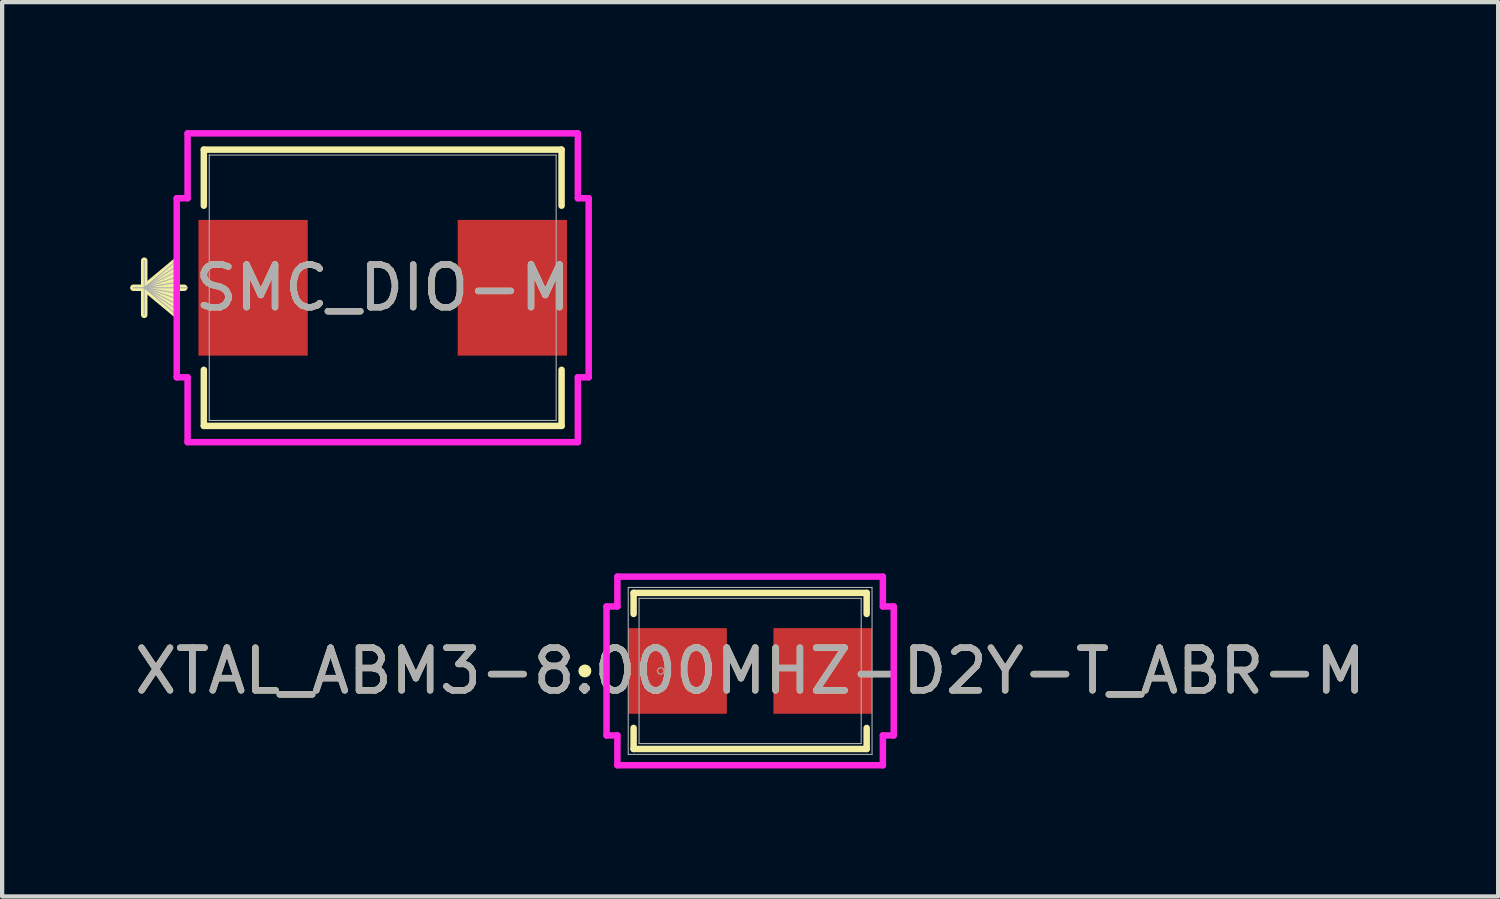
<source format=kicad_pcb>
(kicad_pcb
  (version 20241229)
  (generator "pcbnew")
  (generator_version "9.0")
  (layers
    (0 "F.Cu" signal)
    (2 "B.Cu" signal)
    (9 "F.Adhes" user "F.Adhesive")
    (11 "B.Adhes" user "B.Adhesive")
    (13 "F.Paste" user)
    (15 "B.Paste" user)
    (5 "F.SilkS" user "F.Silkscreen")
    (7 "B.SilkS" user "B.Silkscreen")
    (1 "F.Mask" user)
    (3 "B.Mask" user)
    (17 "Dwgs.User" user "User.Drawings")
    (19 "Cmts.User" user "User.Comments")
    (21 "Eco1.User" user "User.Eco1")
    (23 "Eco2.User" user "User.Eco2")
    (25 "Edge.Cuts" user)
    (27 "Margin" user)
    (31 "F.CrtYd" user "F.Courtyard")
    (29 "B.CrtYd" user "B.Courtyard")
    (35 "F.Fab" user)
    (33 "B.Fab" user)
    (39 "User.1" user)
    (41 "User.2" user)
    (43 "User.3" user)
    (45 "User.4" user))
  (footprint "SMC_DIO-M"
    (layer "F.Cu")
    (at 5.919 3.694)
    (property "Reference" "SMC_DIO-M" (at 0 0 0) (unlocked yes) (layer "F.SilkS") (effects (font (size 1 1) (thickness 0.15))))
    (attr smd)
    (fp_line (start -5.589 -0.635) (end -5.589 0.635) (stroke (width 0.152) (type solid)) (layer "F.SilkS"))
    (fp_line (start -5.589 0) (end -4.827 -0.635) (stroke (width 0.152) (type solid)) (layer "F.SilkS"))
    (fp_line (start -5.589 0) (end -4.827 -0.508) (stroke (width 0.152) (type solid)) (layer "F.SilkS"))
    (fp_line (start -5.589 0) (end -4.827 -0.381) (stroke (width 0.152) (type solid)) (layer "F.SilkS"))
    (fp_line (start -5.589 0) (end -4.827 -0.254) (stroke (width 0.152) (type solid)) (layer "F.SilkS"))
    (fp_line (start -5.589 0) (end -4.827 -0.127) (stroke (width 0.152) (type solid)) (layer "F.SilkS"))
    (fp_line (start -5.589 0) (end -4.827 0.127) (stroke (width 0.152) (type solid)) (layer "F.SilkS"))
    (fp_line (start -5.589 0) (end -4.827 0.254) (stroke (width 0.152) (type solid)) (layer "F.SilkS"))
    (fp_line (start -5.589 0) (end -4.827 0.381) (stroke (width 0.152) (type solid)) (layer "F.SilkS"))
    (fp_line (start -5.589 0) (end -4.827 0.508) (stroke (width 0.152) (type solid)) (layer "F.SilkS"))
    (fp_line (start -5.589 0) (end -4.827 0.635) (stroke (width 0.152) (type solid)) (layer "F.SilkS"))
    (fp_line (start -4.827 -0.635) (end -4.827 0.635) (stroke (width 0.152) (type solid)) (layer "F.SilkS"))
    (fp_line (start -4.652 0) (end -5.843 0) (stroke (width 0.152) (type solid)) (layer "F.SilkS"))
    (fp_line (start -4.192 -3.237) (end -4.192 -1.923) (stroke (width 0.152) (type solid)) (layer "F.SilkS"))
    (fp_line (start -4.192 1.923) (end -4.192 3.237) (stroke (width 0.152) (type solid)) (layer "F.SilkS"))
    (fp_line (start -4.192 3.237) (end 4.192 3.237) (stroke (width 0.152) (type solid)) (layer "F.SilkS"))
    (fp_line (start 4.192 -3.237) (end -4.192 -3.237) (stroke (width 0.152) (type solid)) (layer "F.SilkS"))
    (fp_line (start 4.192 -1.923) (end 4.192 -3.237) (stroke (width 0.152) (type solid)) (layer "F.SilkS"))
    (fp_line (start 4.192 3.237) (end 4.192 1.923) (stroke (width 0.152) (type solid)) (layer "F.SilkS"))
    (fp_line (start -4.827 -2.098) (end -4.573 -2.098) (stroke (width 0.152) (type solid)) (layer "F.CrtYd"))
    (fp_line (start -4.827 2.098) (end -4.827 -2.098) (stroke (width 0.152) (type solid)) (layer "F.CrtYd"))
    (fp_line (start -4.573 -3.618) (end 4.573 -3.618) (stroke (width 0.152) (type solid)) (layer "F.CrtYd"))
    (fp_line (start -4.573 -2.098) (end -4.573 -3.618) (stroke (width 0.152) (type solid)) (layer "F.CrtYd"))
    (fp_line (start -4.573 2.098) (end -4.827 2.098) (stroke (width 0.152) (type solid)) (layer "F.CrtYd"))
    (fp_line (start -4.573 3.618) (end -4.573 2.098) (stroke (width 0.152) (type solid)) (layer "F.CrtYd"))
    (fp_line (start 4.573 -3.618) (end 4.573 -2.098) (stroke (width 0.152) (type solid)) (layer "F.CrtYd"))
    (fp_line (start 4.573 -2.098) (end 4.827 -2.098) (stroke (width 0.152) (type solid)) (layer "F.CrtYd"))
    (fp_line (start 4.573 2.098) (end 4.573 3.618) (stroke (width 0.152) (type solid)) (layer "F.CrtYd"))
    (fp_line (start 4.573 3.618) (end -4.573 3.618) (stroke (width 0.152) (type solid)) (layer "F.CrtYd"))
    (fp_line (start 4.827 -2.098) (end 4.827 2.098) (stroke (width 0.152) (type solid)) (layer "F.CrtYd"))
    (fp_line (start 4.827 2.098) (end 4.573 2.098) (stroke (width 0.152) (type solid)) (layer "F.CrtYd"))
    (fp_line (start -5.589 -0.635) (end -5.589 0.635) (stroke (width 0.025) (type solid)) (layer "F.Fab"))
    (fp_line (start -5.589 0) (end -4.827 -0.635) (stroke (width 0.025) (type solid)) (layer "F.Fab"))
    (fp_line (start -5.589 0) (end -4.827 -0.508) (stroke (width 0.025) (type solid)) (layer "F.Fab"))
    (fp_line (start -5.589 0) (end -4.827 -0.381) (stroke (width 0.025) (type solid)) (layer "F.Fab"))
    (fp_line (start -5.589 0) (end -4.827 -0.254) (stroke (width 0.025) (type solid)) (layer "F.Fab"))
    (fp_line (start -5.589 0) (end -4.827 -0.127) (stroke (width 0.025) (type solid)) (layer "F.Fab"))
    (fp_line (start -5.589 0) (end -4.827 0.127) (stroke (width 0.025) (type solid)) (layer "F.Fab"))
    (fp_line (start -5.589 0) (end -4.827 0.254) (stroke (width 0.025) (type solid)) (layer "F.Fab"))
    (fp_line (start -5.589 0) (end -4.827 0.381) (stroke (width 0.025) (type solid)) (layer "F.Fab"))
    (fp_line (start -5.589 0) (end -4.827 0.508) (stroke (width 0.025) (type solid)) (layer "F.Fab"))
    (fp_line (start -5.589 0) (end -4.827 0.635) (stroke (width 0.025) (type solid)) (layer "F.Fab"))
    (fp_line (start -4.827 -0.635) (end -4.827 0.635) (stroke (width 0.025) (type solid)) (layer "F.Fab"))
    (fp_line (start -4.573 0) (end -5.843 0) (stroke (width 0.025) (type solid)) (layer "F.Fab"))
    (fp_line (start -4.065 -3.11) (end -4.065 3.11) (stroke (width 0.025) (type solid)) (layer "F.Fab"))
    (fp_line (start -4.065 3.11) (end 4.065 3.11) (stroke (width 0.025) (type solid)) (layer "F.Fab"))
    (fp_line (start 4.065 -3.11) (end -4.065 -3.11) (stroke (width 0.025) (type solid)) (layer "F.Fab"))
    (fp_line (start 4.065 3.11) (end 4.065 -3.11) (stroke (width 0.025) (type solid)) (layer "F.Fab"))
    (fp_text user "${REFERENCE}" (at 0 0 0) (unlocked yes) (layer "F.Fab") (effects (font (size 1 1) (thickness 0.15))))
    (pad "1" smd rect (at -3.038 0 90) (size 3.18 2.561) (layers "F.Cu" "F.Mask" "F.Paste"))
    (pad "2" smd rect (at 3.038 0 90) (size 3.18 2.561) (layers "F.Cu" "F.Mask" "F.Paste"))
    (zone (net_name "") (layer "F.Cu") (hatch full 0.508) (connect_pads) (min_thickness 0.254) (filled_areas_thickness no) (keepout (tracks not_allowed) (vias not_allowed) (pads allowed) (copperpour not_allowed) (footprints allowed)) (placement (enabled no)) (fill) (polygon (pts (xy 1.905 0.635) (xy 9.933 0.635) (xy 9.933 2.053) (xy 1.905 2.053))))
    (zone (net_name "") (layer "F.Cu") (hatch full 0.508) (connect_pads) (min_thickness 0.254) (filled_areas_thickness no) (keepout (tracks not_allowed) (vias not_allowed) (pads allowed) (copperpour not_allowed) (footprints allowed)) (placement (enabled no)) (fill) (polygon (pts (xy 1.905 5.335) (xy 9.933 5.335) (xy 9.933 6.753) (xy 1.905 6.753))))
    (zone (net_name "") (layer "F.Cu") (hatch full 0.508) (connect_pads) (min_thickness 0.254) (filled_areas_thickness no) (keepout (tracks not_allowed) (vias not_allowed) (pads allowed) (copperpour not_allowed) (footprints allowed)) (placement (enabled no)) (fill) (polygon (pts (xy 4.212 2.053) (xy 7.626 2.053) (xy 7.626 5.335) (xy 4.212 5.335)))))
  (footprint "XTAL_ABM3-8.000MHZ-D2Y-T_ABR-M"
    (layer "F.Cu")
    (at 14.53 12.674)
    (property "Reference" "XTAL_ABM3-8.000MHZ-D2Y-T_ABR-M" (at 0 0 0) (unlocked yes) (layer "F.SilkS") (effects (font (size 1 1) (thickness 0.15))))
    (attr smd)
    (fp_line (start -2.731 -1.829) (end -2.731 -1.336) (stroke (width 0.152) (type solid)) (layer "F.SilkS"))
    (fp_line (start -2.731 1.336) (end -2.731 1.829) (stroke (width 0.152) (type solid)) (layer "F.SilkS"))
    (fp_line (start -2.731 1.829) (end 2.731 1.829) (stroke (width 0.152) (type solid)) (layer "F.SilkS"))
    (fp_line (start 2.731 -1.829) (end -2.731 -1.829) (stroke (width 0.152) (type solid)) (layer "F.SilkS"))
    (fp_line (start 2.731 -1.336) (end 2.731 -1.829) (stroke (width 0.152) (type solid)) (layer "F.SilkS"))
    (fp_line (start 2.731 1.829) (end 2.731 1.336) (stroke (width 0.152) (type solid)) (layer "F.SilkS"))
    (fp_circle (center -3.873 0) (end -3.797 0) (stroke (width 0.152) (type solid)) (fill no) (layer "F.SilkS"))
    (fp_line (start -3.365 -1.511) (end -3.111 -1.511) (stroke (width 0.152) (type solid)) (layer "F.CrtYd"))
    (fp_line (start -3.365 1.511) (end -3.365 -1.511) (stroke (width 0.152) (type solid)) (layer "F.CrtYd"))
    (fp_line (start -3.111 -2.21) (end 3.111 -2.21) (stroke (width 0.152) (type solid)) (layer "F.CrtYd"))
    (fp_line (start -3.111 -1.511) (end -3.111 -2.21) (stroke (width 0.152) (type solid)) (layer "F.CrtYd"))
    (fp_line (start -3.111 1.511) (end -3.365 1.511) (stroke (width 0.152) (type solid)) (layer "F.CrtYd"))
    (fp_line (start -3.111 2.21) (end -3.111 1.511) (stroke (width 0.152) (type solid)) (layer "F.CrtYd"))
    (fp_line (start 3.111 -2.21) (end 3.111 -1.511) (stroke (width 0.152) (type solid)) (layer "F.CrtYd"))
    (fp_line (start 3.111 -1.511) (end 3.365 -1.511) (stroke (width 0.152) (type solid)) (layer "F.CrtYd"))
    (fp_line (start 3.111 1.511) (end 3.111 2.21) (stroke (width 0.152) (type solid)) (layer "F.CrtYd"))
    (fp_line (start 3.111 2.21) (end -3.111 2.21) (stroke (width 0.152) (type solid)) (layer "F.CrtYd"))
    (fp_line (start 3.365 -1.511) (end 3.365 1.511) (stroke (width 0.152) (type solid)) (layer "F.CrtYd"))
    (fp_line (start 3.365 1.511) (end 3.111 1.511) (stroke (width 0.152) (type solid)) (layer "F.CrtYd"))
    (fp_line (start -2.857 -1.956) (end 2.857 -1.956) (stroke (width 0.025) (type solid)) (layer "F.Fab"))
    (fp_line (start -2.857 1.956) (end -2.857 -1.956) (stroke (width 0.025) (type solid)) (layer "F.Fab"))
    (fp_line (start -2.603 -1.702) (end -2.603 1.702) (stroke (width 0.025) (type solid)) (layer "F.Fab"))
    (fp_line (start -2.603 1.702) (end 2.603 1.702) (stroke (width 0.025) (type solid)) (layer "F.Fab"))
    (fp_line (start 2.603 -1.702) (end -2.603 -1.702) (stroke (width 0.025) (type solid)) (layer "F.Fab"))
    (fp_line (start 2.603 1.702) (end 2.603 -1.702) (stroke (width 0.025) (type solid)) (layer "F.Fab"))
    (fp_line (start 2.857 -1.956) (end 2.857 1.956) (stroke (width 0.025) (type solid)) (layer "F.Fab"))
    (fp_line (start 2.857 1.956) (end -2.857 1.956) (stroke (width 0.025) (type solid)) (layer "F.Fab"))
    (fp_circle (center -2.095 0) (end -2.019 0) (stroke (width 0.025) (type solid)) (fill no) (layer "F.Fab"))
    (fp_text user "${REFERENCE}" (at 0 0 0) (unlocked yes) (layer "F.Fab") (effects (font (size 1 1) (thickness 0.15))))
    (pad "1" smd rect (at -1.702 0 90) (size 2.007 2.311) (layers "F.Cu" "F.Mask" "F.Paste"))
    (pad "2" smd rect (at 1.702 0 90) (size 2.007 2.311) (layers "F.Cu" "F.Mask" "F.Paste"))
    (zone (net_name "") (layer "F.Cu") (hatch full 0.508) (connect_pads) (min_thickness 0.254) (filled_areas_thickness no) (keepout (tracks not_allowed) (vias not_allowed) (pads allowed) (copperpour not_allowed) (footprints allowed)) (placement (enabled no)) (fill) (polygon (pts (xy 11.977 11.023) (xy 17.082 11.023) (xy 17.082 11.62) (xy 11.977 11.62))))
    (zone (net_name "") (layer "F.Cu") (hatch full 0.508) (connect_pads) (min_thickness 0.254) (filled_areas_thickness no) (keepout (tracks not_allowed) (vias not_allowed) (pads allowed) (copperpour not_allowed) (footprints allowed)) (placement (enabled no)) (fill) (polygon (pts (xy 11.977 13.729) (xy 17.082 13.729) (xy 17.082 14.325) (xy 11.977 14.325))))
    (zone (net_name "") (layer "F.Cu") (hatch full 0.508) (connect_pads) (min_thickness 0.254) (filled_areas_thickness no) (keepout (tracks not_allowed) (vias not_allowed) (pads allowed) (copperpour not_allowed) (footprints allowed)) (placement (enabled no)) (fill) (polygon (pts (xy 14.034 11.62) (xy 15.025 11.62) (xy 15.025 13.729) (xy 14.034 13.729)))))
  (gr_rect
    (start -3 -3)
    (end 32.06 17.96)
    (stroke (width 0.1) (type default))
    (fill no)
    (layer "Edge.Cuts")))
</source>
